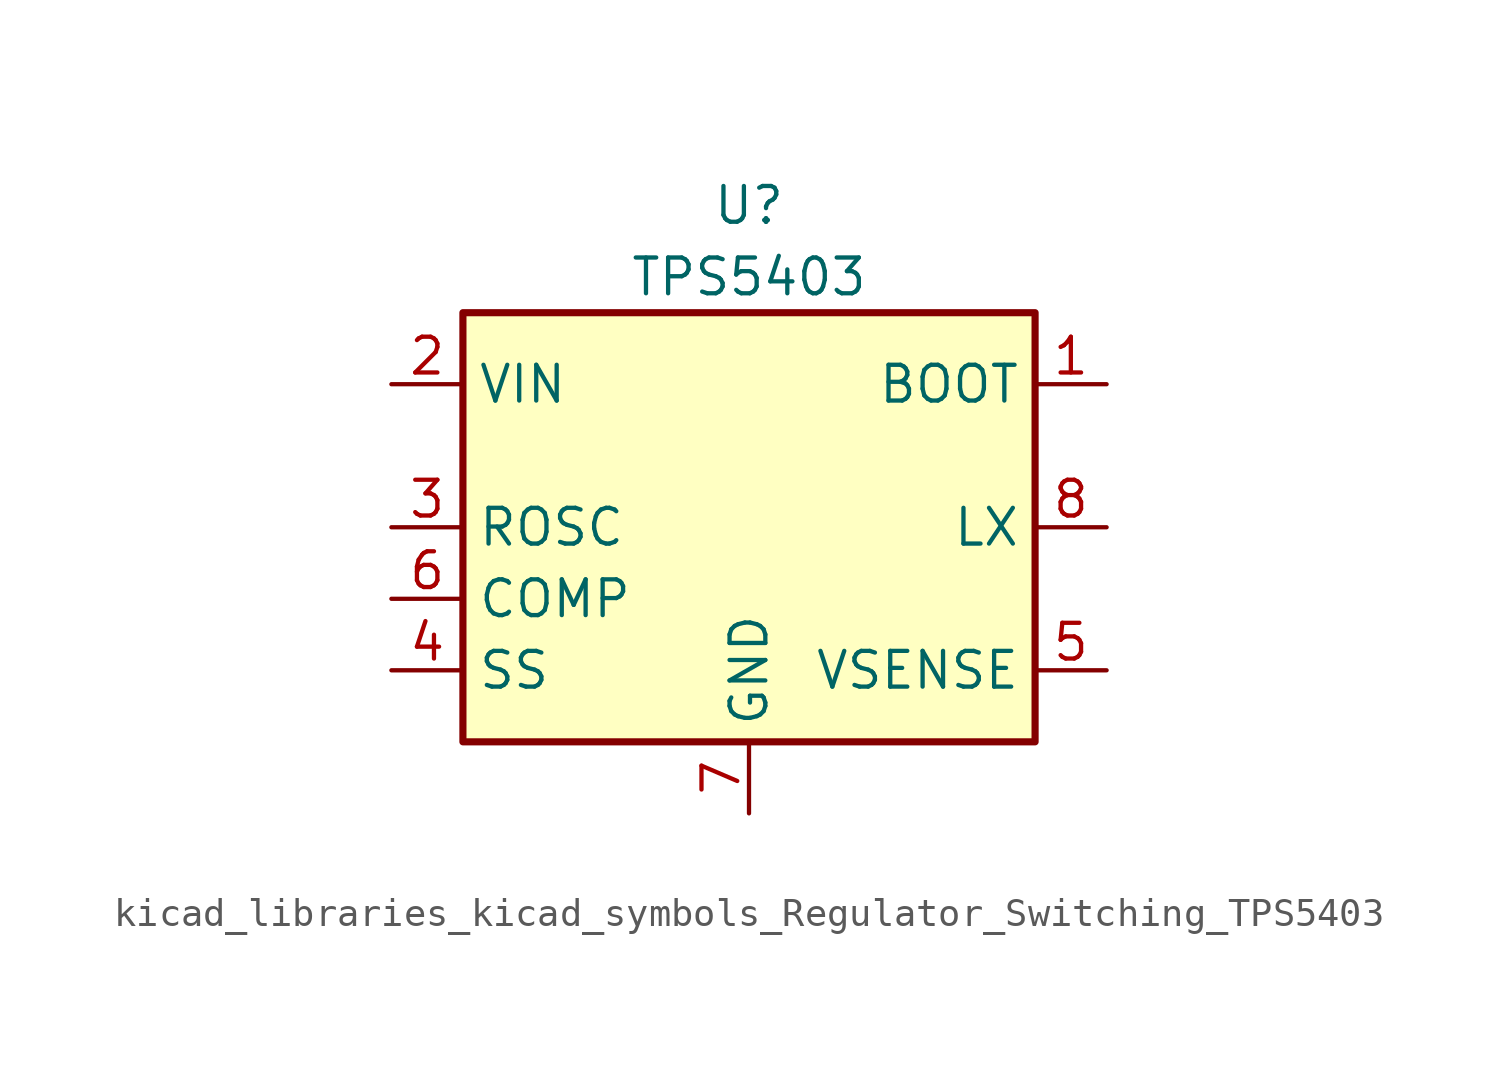
<source format=kicad_sym>
(kicad_symbol_lib
  (version 20220914)
  (generator kicad_symbol_editor)
  (symbol "kicad_libraries_kicad_symbols_Regulator_Switching_TPS5403"
    (property "Reference" "U"
      (at 0 11.43 0)
      (effects (font (size 1.27 1.27))))
    (property "Value" "TPS5403"
      (at 0 8.89 0)
      (effects (font (size 1.27 1.27))))
    (symbol "kicad_libraries_kicad_symbols_Regulator_Switching_TPS5403_1_1"
      (rectangle (start -10.16 7.62) (end 10.16 -7.62) (stroke (width 0.254) (type default)) (fill (type background)))
      (pin passive line (at 12.7 5.08 180) (length 2.54) (name "BOOT" (effects (font (size 1.27 1.27)))) (number "1" (effects (font (size 1.27 1.27)))))
      (pin power_in line (at -12.7 5.08 0) (length 2.54) (name "VIN" (effects (font (size 1.27 1.27)))) (number "2" (effects (font (size 1.27 1.27)))))
      (pin passive line (at -12.7 0 0) (length 2.54) (name "ROSC" (effects (font (size 1.27 1.27)))) (number "3" (effects (font (size 1.27 1.27)))))
      (pin passive line (at -12.7 -5.08 0) (length 2.54) (name "SS" (effects (font (size 1.27 1.27)))) (number "4" (effects (font (size 1.27 1.27)))))
      (pin input line (at 12.7 -5.08 180) (length 2.54) (name "VSENSE" (effects (font (size 1.27 1.27)))) (number "5" (effects (font (size 1.27 1.27)))))
      (pin passive line (at -12.7 -2.54 0) (length 2.54) (name "COMP" (effects (font (size 1.27 1.27)))) (number "6" (effects (font (size 1.27 1.27)))))
      (pin power_in line (at 0 -10.16 90) (length 2.54) (name "GND" (effects (font (size 1.27 1.27)))) (number "7" (effects (font (size 1.27 1.27)))))
      (pin output line (at 12.7 0 180) (length 2.54) (name "LX" (effects (font (size 1.27 1.27)))) (number "8" (effects (font (size 1.27 1.27))))))))
</source>
